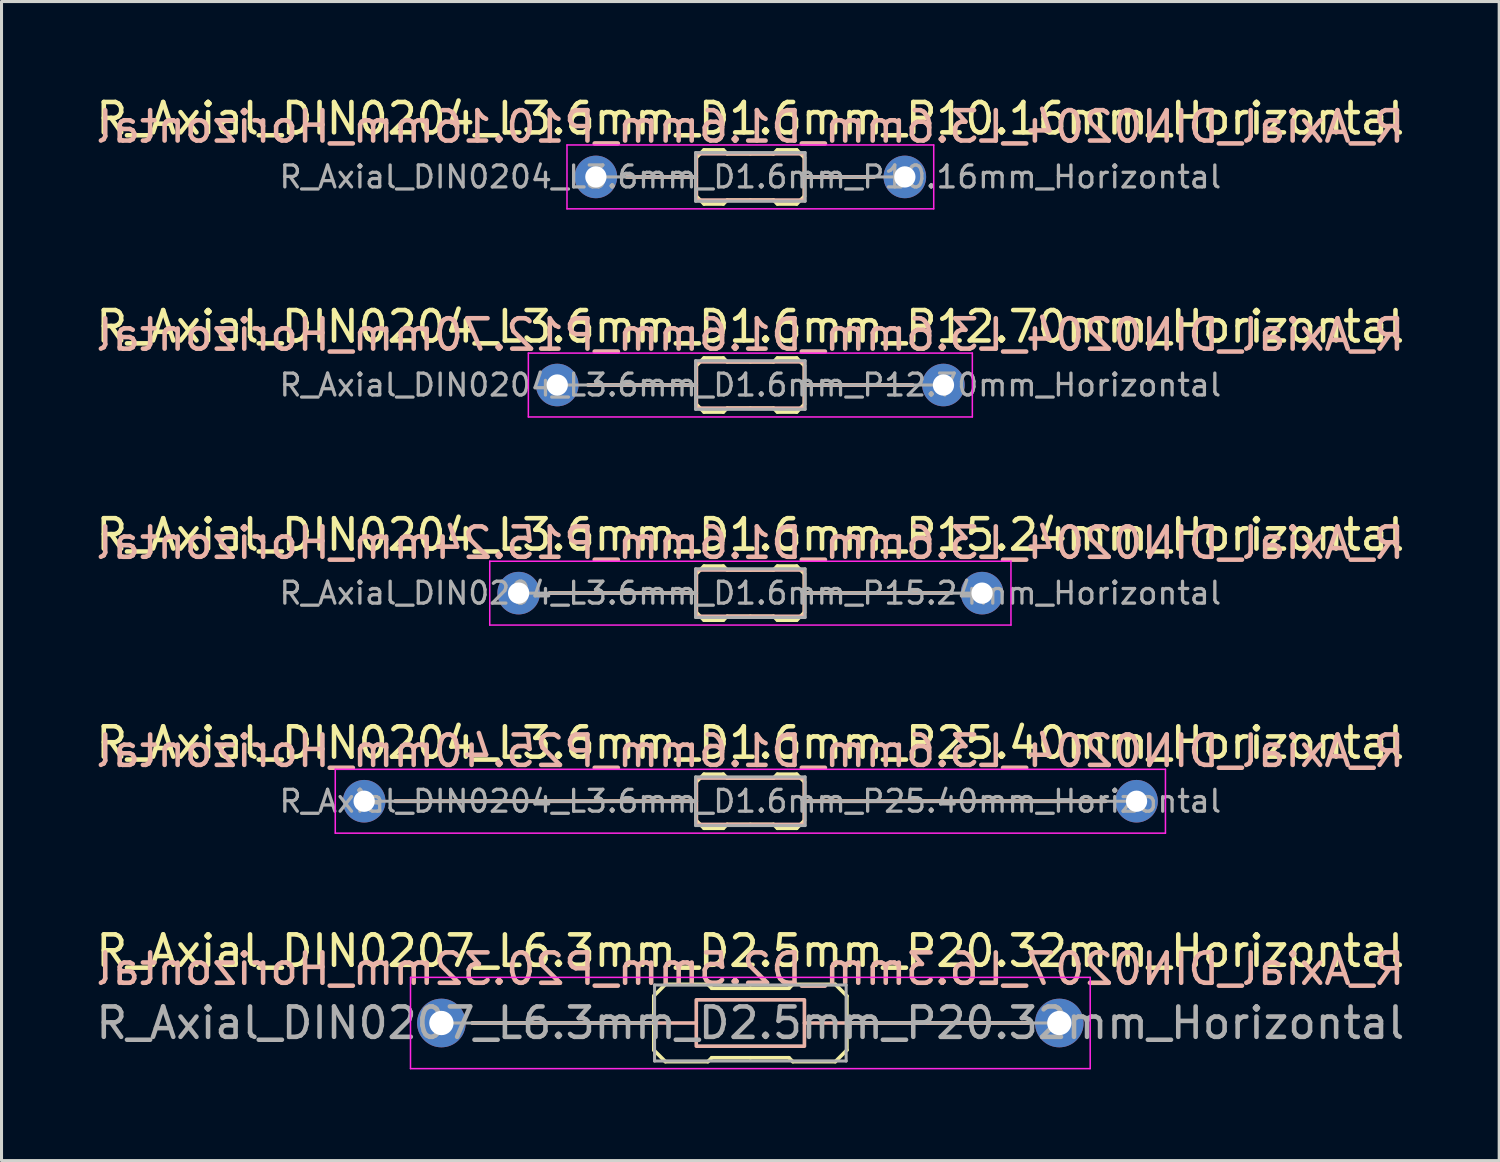
<source format=kicad_pcb>
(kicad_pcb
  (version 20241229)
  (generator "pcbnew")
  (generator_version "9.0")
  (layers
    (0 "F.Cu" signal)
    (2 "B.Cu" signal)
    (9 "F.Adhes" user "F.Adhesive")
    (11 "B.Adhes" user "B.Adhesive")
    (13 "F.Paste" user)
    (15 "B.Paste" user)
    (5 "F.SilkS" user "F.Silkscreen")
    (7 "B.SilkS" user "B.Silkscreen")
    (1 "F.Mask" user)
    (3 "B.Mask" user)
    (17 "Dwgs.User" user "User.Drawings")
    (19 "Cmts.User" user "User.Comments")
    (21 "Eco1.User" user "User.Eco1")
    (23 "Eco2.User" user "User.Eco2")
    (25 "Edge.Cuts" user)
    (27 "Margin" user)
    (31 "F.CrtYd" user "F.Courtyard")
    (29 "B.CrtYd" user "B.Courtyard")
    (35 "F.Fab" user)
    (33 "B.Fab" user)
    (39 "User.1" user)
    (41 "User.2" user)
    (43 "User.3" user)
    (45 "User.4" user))
  (footprint "R_Axial_DIN0204_L3.6mm_D1.6mm_P10.16mm_Horizontal"
    (layer "F.Cu")
    (at 16.545 2.768)
    (property "Reference" "R_Axial_DIN0204_L3.6mm_D1.6mm_P10.16mm_Horizontal" (at 5.08 -1.92 0) (layer "F.SilkS") (effects (font (size 1 1) (thickness 0.15))))
    (fp_line (start 1.016 0) (end 3.16 0) (stroke (width 0.12) (type solid)) (layer "F.SilkS"))
    (fp_line (start 3.16 0) (end 3.302 0) (stroke (width 0.12) (type solid)) (layer "F.SilkS"))
    (fp_line (start 3.302 -0.635) (end 3.556 -0.889) (stroke (width 0.12) (type solid)) (layer "F.SilkS"))
    (fp_line (start 3.302 0.635) (end 3.302 -0.635) (stroke (width 0.12) (type solid)) (layer "F.SilkS"))
    (fp_line (start 3.302 0.635) (end 3.556 0.889) (stroke (width 0.12) (type solid)) (layer "F.SilkS"))
    (fp_line (start 3.556 -0.889) (end 4.191 -0.889) (stroke (width 0.12) (type solid)) (layer "F.SilkS"))
    (fp_line (start 3.556 0.889) (end 4.191 0.889) (stroke (width 0.12) (type solid)) (layer "F.SilkS"))
    (fp_line (start 4.191 -0.889) (end 4.318 -0.762) (stroke (width 0.12) (type solid)) (layer "F.SilkS"))
    (fp_line (start 4.191 0.889) (end 4.318 0.762) (stroke (width 0.12) (type solid)) (layer "F.SilkS"))
    (fp_line (start 4.318 -0.762) (end 5.08 -0.762) (stroke (width 0.12) (type solid)) (layer "F.SilkS"))
    (fp_line (start 4.318 0.762) (end 5.08 0.762) (stroke (width 0.12) (type solid)) (layer "F.SilkS"))
    (fp_line (start 5.842 -0.762) (end 5.08 -0.762) (stroke (width 0.12) (type solid)) (layer "F.SilkS"))
    (fp_line (start 5.842 0.762) (end 5.08 0.762) (stroke (width 0.12) (type solid)) (layer "F.SilkS"))
    (fp_line (start 5.969 -0.889) (end 5.842 -0.762) (stroke (width 0.12) (type solid)) (layer "F.SilkS"))
    (fp_line (start 5.969 0.889) (end 5.842 0.762) (stroke (width 0.12) (type solid)) (layer "F.SilkS"))
    (fp_line (start 6.604 -0.889) (end 5.969 -0.889) (stroke (width 0.12) (type solid)) (layer "F.SilkS"))
    (fp_line (start 6.604 0.889) (end 5.969 0.889) (stroke (width 0.12) (type solid)) (layer "F.SilkS"))
    (fp_line (start 6.858 -0.635) (end 6.604 -0.889) (stroke (width 0.12) (type solid)) (layer "F.SilkS"))
    (fp_line (start 6.858 -0.635) (end 6.858 0.635) (stroke (width 0.12) (type solid)) (layer "F.SilkS"))
    (fp_line (start 6.858 0.635) (end 6.604 0.889) (stroke (width 0.12) (type solid)) (layer "F.SilkS"))
    (fp_line (start 6.985 0) (end 6.858 0) (stroke (width 0.12) (type solid)) (layer "F.SilkS"))
    (fp_line (start 9.144 0) (end 7 0) (stroke (width 0.12) (type solid)) (layer "F.SilkS"))
    (fp_line (start 3.302 0) (end 1.016 0) (stroke (width 0.12) (type solid)) (layer "B.SilkS"))
    (fp_line (start 6.858 0) (end 9.144 0) (stroke (width 0.12) (type solid)) (layer "B.SilkS"))
    (fp_rect (start 3.302 -0.762) (end 6.858 0.762) (stroke (width 0.12) (type solid)) (fill no) (layer "B.SilkS"))
    (fp_line (start -0.95 -1.05) (end -0.95 1.05) (stroke (width 0.05) (type solid)) (layer "F.CrtYd"))
    (fp_line (start -0.95 1.05) (end 11.11 1.05) (stroke (width 0.05) (type solid)) (layer "F.CrtYd"))
    (fp_line (start 11.11 -1.05) (end -0.95 -1.05) (stroke (width 0.05) (type solid)) (layer "F.CrtYd"))
    (fp_line (start 11.11 1.05) (end 11.11 -1.05) (stroke (width 0.05) (type solid)) (layer "F.CrtYd"))
    (fp_line (start 0 0) (end 3.302 0) (stroke (width 0.1) (type solid)) (layer "F.Fab"))
    (fp_line (start 3.28 -0.8) (end 3.28 0.8) (stroke (width 0.1) (type solid)) (layer "F.Fab"))
    (fp_line (start 3.28 0.8) (end 6.88 0.8) (stroke (width 0.1) (type solid)) (layer "F.Fab"))
    (fp_line (start 6.88 -0.8) (end 3.28 -0.8) (stroke (width 0.1) (type solid)) (layer "F.Fab"))
    (fp_line (start 6.88 0.8) (end 6.88 -0.8) (stroke (width 0.1) (type solid)) (layer "F.Fab"))
    (fp_line (start 10.16 0) (end 6.88 0) (stroke (width 0.1) (type solid)) (layer "F.Fab"))
    (fp_text user "${REFERENCE}" (at 5.08 -1.651 0) (layer "B.SilkS") (effects (font (size 1 1) (thickness 0.15)) (justify mirror)))
    (fp_text user "${REFERENCE}" (at 5.08 0 0) (layer "F.Fab") (effects (font (size 0.72 0.72) (thickness 0.108))))
    (pad "1" thru_hole circle (at 0 0) (size 1.4 1.4) (drill 0.7) (layers "*.Cu" "*.Mask"))
    (pad "2" thru_hole oval (at 10.16 0) (size 1.4 1.4) (drill 0.7) (layers "*.Cu" "*.Mask")))
  (footprint "R_Axial_DIN0204_L3.6mm_D1.6mm_P25.40mm_Horizontal"
    (layer "F.Cu")
    (at 8.925 23.298)
    (property "Reference" "R_Axial_DIN0204_L3.6mm_D1.6mm_P25.40mm_Horizontal" (at 12.7 -1.92 0) (layer "F.SilkS") (effects (font (size 1 1) (thickness 0.15))))
    (fp_line (start 1.016 0) (end 10.78 0) (stroke (width 0.12) (type solid)) (layer "F.SilkS"))
    (fp_line (start 10.78 0) (end 10.922 0) (stroke (width 0.12) (type solid)) (layer "F.SilkS"))
    (fp_line (start 10.922 -0.635) (end 11.176 -0.889) (stroke (width 0.12) (type solid)) (layer "F.SilkS"))
    (fp_line (start 10.922 0.635) (end 10.922 -0.635) (stroke (width 0.12) (type solid)) (layer "F.SilkS"))
    (fp_line (start 10.922 0.635) (end 11.176 0.889) (stroke (width 0.12) (type solid)) (layer "F.SilkS"))
    (fp_line (start 11.176 -0.889) (end 11.811 -0.889) (stroke (width 0.12) (type solid)) (layer "F.SilkS"))
    (fp_line (start 11.176 0.889) (end 11.811 0.889) (stroke (width 0.12) (type solid)) (layer "F.SilkS"))
    (fp_line (start 11.811 -0.889) (end 11.938 -0.762) (stroke (width 0.12) (type solid)) (layer "F.SilkS"))
    (fp_line (start 11.811 0.889) (end 11.938 0.762) (stroke (width 0.12) (type solid)) (layer "F.SilkS"))
    (fp_line (start 11.938 -0.762) (end 12.7 -0.762) (stroke (width 0.12) (type solid)) (layer "F.SilkS"))
    (fp_line (start 11.938 0.762) (end 12.7 0.762) (stroke (width 0.12) (type solid)) (layer "F.SilkS"))
    (fp_line (start 13.462 -0.762) (end 12.7 -0.762) (stroke (width 0.12) (type solid)) (layer "F.SilkS"))
    (fp_line (start 13.462 0.762) (end 12.7 0.762) (stroke (width 0.12) (type solid)) (layer "F.SilkS"))
    (fp_line (start 13.589 -0.889) (end 13.462 -0.762) (stroke (width 0.12) (type solid)) (layer "F.SilkS"))
    (fp_line (start 13.589 0.889) (end 13.462 0.762) (stroke (width 0.12) (type solid)) (layer "F.SilkS"))
    (fp_line (start 14.224 -0.889) (end 13.589 -0.889) (stroke (width 0.12) (type solid)) (layer "F.SilkS"))
    (fp_line (start 14.224 0.889) (end 13.589 0.889) (stroke (width 0.12) (type solid)) (layer "F.SilkS"))
    (fp_line (start 14.478 -0.635) (end 14.224 -0.889) (stroke (width 0.12) (type solid)) (layer "F.SilkS"))
    (fp_line (start 14.478 -0.635) (end 14.478 0.635) (stroke (width 0.12) (type solid)) (layer "F.SilkS"))
    (fp_line (start 14.478 0.635) (end 14.224 0.889) (stroke (width 0.12) (type solid)) (layer "F.SilkS"))
    (fp_line (start 14.605 0) (end 14.478 0) (stroke (width 0.12) (type solid)) (layer "F.SilkS"))
    (fp_line (start 24.384 0) (end 14.62 0) (stroke (width 0.12) (type solid)) (layer "F.SilkS"))
    (fp_line (start 10.922 0) (end 1.016 0) (stroke (width 0.12) (type solid)) (layer "B.SilkS"))
    (fp_line (start 14.478 0) (end 24.384 0) (stroke (width 0.12) (type solid)) (layer "B.SilkS"))
    (fp_rect (start 10.922 -0.762) (end 14.478 0.762) (stroke (width 0.12) (type solid)) (fill no) (layer "B.SilkS"))
    (fp_line (start -0.95 -1.05) (end -0.95 1.05) (stroke (width 0.05) (type solid)) (layer "F.CrtYd"))
    (fp_line (start -0.95 1.05) (end 26.35 1.05) (stroke (width 0.05) (type solid)) (layer "F.CrtYd"))
    (fp_line (start 26.35 -1.05) (end -0.95 -1.05) (stroke (width 0.05) (type solid)) (layer "F.CrtYd"))
    (fp_line (start 26.35 1.05) (end 26.35 -1.05) (stroke (width 0.05) (type solid)) (layer "F.CrtYd"))
    (fp_line (start 0 0) (end 10.922 0) (stroke (width 0.1) (type solid)) (layer "F.Fab"))
    (fp_line (start 10.9 -0.8) (end 10.9 0.8) (stroke (width 0.1) (type solid)) (layer "F.Fab"))
    (fp_line (start 10.9 0.8) (end 14.5 0.8) (stroke (width 0.1) (type solid)) (layer "F.Fab"))
    (fp_line (start 14.5 -0.8) (end 10.9 -0.8) (stroke (width 0.1) (type solid)) (layer "F.Fab"))
    (fp_line (start 14.5 0.8) (end 14.5 -0.8) (stroke (width 0.1) (type solid)) (layer "F.Fab"))
    (fp_line (start 25.4 0) (end 14.5 0) (stroke (width 0.1) (type solid)) (layer "F.Fab"))
    (fp_text user "${REFERENCE}" (at 12.7 -1.651 0) (layer "B.SilkS") (effects (font (size 1 1) (thickness 0.15)) (justify mirror)))
    (fp_text user "${REFERENCE}" (at 12.7 0 0) (layer "F.Fab") (effects (font (size 0.72 0.72) (thickness 0.108))))
    (pad "1" thru_hole circle (at 0 0) (size 1.4 1.4) (drill 0.7) (layers "*.Cu" "*.Mask"))
    (pad "2" thru_hole oval (at 25.4 0) (size 1.4 1.4) (drill 0.7) (layers "*.Cu" "*.Mask")))
  (footprint "R_Axial_DIN0204_L3.6mm_D1.6mm_P15.24mm_Horizontal"
    (layer "F.Cu")
    (at 14.005 16.455)
    (property "Reference" "R_Axial_DIN0204_L3.6mm_D1.6mm_P15.24mm_Horizontal" (at 7.62 -1.92 0) (layer "F.SilkS") (effects (font (size 1 1) (thickness 0.15))))
    (fp_line (start 1.016 0) (end 5.7 0) (stroke (width 0.12) (type solid)) (layer "F.SilkS"))
    (fp_line (start 5.7 0) (end 5.842 0) (stroke (width 0.12) (type solid)) (layer "F.SilkS"))
    (fp_line (start 5.842 -0.635) (end 6.096 -0.889) (stroke (width 0.12) (type solid)) (layer "F.SilkS"))
    (fp_line (start 5.842 0.635) (end 5.842 -0.635) (stroke (width 0.12) (type solid)) (layer "F.SilkS"))
    (fp_line (start 5.842 0.635) (end 6.096 0.889) (stroke (width 0.12) (type solid)) (layer "F.SilkS"))
    (fp_line (start 6.096 -0.889) (end 6.731 -0.889) (stroke (width 0.12) (type solid)) (layer "F.SilkS"))
    (fp_line (start 6.096 0.889) (end 6.731 0.889) (stroke (width 0.12) (type solid)) (layer "F.SilkS"))
    (fp_line (start 6.731 -0.889) (end 6.858 -0.762) (stroke (width 0.12) (type solid)) (layer "F.SilkS"))
    (fp_line (start 6.731 0.889) (end 6.858 0.762) (stroke (width 0.12) (type solid)) (layer "F.SilkS"))
    (fp_line (start 6.858 -0.762) (end 7.62 -0.762) (stroke (width 0.12) (type solid)) (layer "F.SilkS"))
    (fp_line (start 6.858 0.762) (end 7.62 0.762) (stroke (width 0.12) (type solid)) (layer "F.SilkS"))
    (fp_line (start 8.382 -0.762) (end 7.62 -0.762) (stroke (width 0.12) (type solid)) (layer "F.SilkS"))
    (fp_line (start 8.382 0.762) (end 7.62 0.762) (stroke (width 0.12) (type solid)) (layer "F.SilkS"))
    (fp_line (start 8.509 -0.889) (end 8.382 -0.762) (stroke (width 0.12) (type solid)) (layer "F.SilkS"))
    (fp_line (start 8.509 0.889) (end 8.382 0.762) (stroke (width 0.12) (type solid)) (layer "F.SilkS"))
    (fp_line (start 9.144 -0.889) (end 8.509 -0.889) (stroke (width 0.12) (type solid)) (layer "F.SilkS"))
    (fp_line (start 9.144 0.889) (end 8.509 0.889) (stroke (width 0.12) (type solid)) (layer "F.SilkS"))
    (fp_line (start 9.398 -0.635) (end 9.144 -0.889) (stroke (width 0.12) (type solid)) (layer "F.SilkS"))
    (fp_line (start 9.398 -0.635) (end 9.398 0.635) (stroke (width 0.12) (type solid)) (layer "F.SilkS"))
    (fp_line (start 9.398 0.635) (end 9.144 0.889) (stroke (width 0.12) (type solid)) (layer "F.SilkS"))
    (fp_line (start 9.525 0) (end 9.398 0) (stroke (width 0.12) (type solid)) (layer "F.SilkS"))
    (fp_line (start 14.224 0) (end 9.54 0) (stroke (width 0.12) (type solid)) (layer "F.SilkS"))
    (fp_line (start 5.842 0) (end 1.016 0) (stroke (width 0.12) (type solid)) (layer "B.SilkS"))
    (fp_line (start 9.398 0) (end 14.224 0) (stroke (width 0.12) (type solid)) (layer "B.SilkS"))
    (fp_rect (start 5.842 -0.762) (end 9.398 0.762) (stroke (width 0.12) (type solid)) (fill no) (layer "B.SilkS"))
    (fp_line (start -0.95 -1.05) (end -0.95 1.05) (stroke (width 0.05) (type solid)) (layer "F.CrtYd"))
    (fp_line (start -0.95 1.05) (end 16.19 1.05) (stroke (width 0.05) (type solid)) (layer "F.CrtYd"))
    (fp_line (start 16.19 -1.05) (end -0.95 -1.05) (stroke (width 0.05) (type solid)) (layer "F.CrtYd"))
    (fp_line (start 16.19 1.05) (end 16.19 -1.05) (stroke (width 0.05) (type solid)) (layer "F.CrtYd"))
    (fp_line (start 0 0) (end 5.842 0) (stroke (width 0.1) (type solid)) (layer "F.Fab"))
    (fp_line (start 5.82 -0.8) (end 5.82 0.8) (stroke (width 0.1) (type solid)) (layer "F.Fab"))
    (fp_line (start 5.82 0.8) (end 9.42 0.8) (stroke (width 0.1) (type solid)) (layer "F.Fab"))
    (fp_line (start 9.42 -0.8) (end 5.82 -0.8) (stroke (width 0.1) (type solid)) (layer "F.Fab"))
    (fp_line (start 9.42 0.8) (end 9.42 -0.8) (stroke (width 0.1) (type solid)) (layer "F.Fab"))
    (fp_line (start 15.24 0) (end 9.42 0) (stroke (width 0.1) (type solid)) (layer "F.Fab"))
    (fp_text user "${REFERENCE}" (at 7.62 -1.651 0) (layer "B.SilkS") (effects (font (size 1 1) (thickness 0.15)) (justify mirror)))
    (fp_text user "${REFERENCE}" (at 7.62 0 0) (layer "F.Fab") (effects (font (size 0.72 0.72) (thickness 0.108))))
    (pad "1" thru_hole circle (at 0 0) (size 1.4 1.4) (drill 0.7) (layers "*.Cu" "*.Mask"))
    (pad "2" thru_hole oval (at 15.24 0) (size 1.4 1.4) (drill 0.7) (layers "*.Cu" "*.Mask")))
  (footprint "R_Axial_DIN0204_L3.6mm_D1.6mm_P12.70mm_Horizontal"
    (layer "F.Cu")
    (at 15.275 9.611)
    (property "Reference" "R_Axial_DIN0204_L3.6mm_D1.6mm_P12.70mm_Horizontal" (at 6.35 -1.92 0) (layer "F.SilkS") (effects (font (size 1 1) (thickness 0.15))))
    (fp_line (start 1.016 0) (end 4.43 0) (stroke (width 0.12) (type solid)) (layer "F.SilkS"))
    (fp_line (start 4.43 0) (end 4.572 0) (stroke (width 0.12) (type solid)) (layer "F.SilkS"))
    (fp_line (start 4.572 -0.635) (end 4.826 -0.889) (stroke (width 0.12) (type solid)) (layer "F.SilkS"))
    (fp_line (start 4.572 0.635) (end 4.572 -0.635) (stroke (width 0.12) (type solid)) (layer "F.SilkS"))
    (fp_line (start 4.572 0.635) (end 4.826 0.889) (stroke (width 0.12) (type solid)) (layer "F.SilkS"))
    (fp_line (start 4.826 -0.889) (end 5.461 -0.889) (stroke (width 0.12) (type solid)) (layer "F.SilkS"))
    (fp_line (start 4.826 0.889) (end 5.461 0.889) (stroke (width 0.12) (type solid)) (layer "F.SilkS"))
    (fp_line (start 5.461 -0.889) (end 5.588 -0.762) (stroke (width 0.12) (type solid)) (layer "F.SilkS"))
    (fp_line (start 5.461 0.889) (end 5.588 0.762) (stroke (width 0.12) (type solid)) (layer "F.SilkS"))
    (fp_line (start 5.588 -0.762) (end 6.35 -0.762) (stroke (width 0.12) (type solid)) (layer "F.SilkS"))
    (fp_line (start 5.588 0.762) (end 6.35 0.762) (stroke (width 0.12) (type solid)) (layer "F.SilkS"))
    (fp_line (start 7.112 -0.762) (end 6.35 -0.762) (stroke (width 0.12) (type solid)) (layer "F.SilkS"))
    (fp_line (start 7.112 0.762) (end 6.35 0.762) (stroke (width 0.12) (type solid)) (layer "F.SilkS"))
    (fp_line (start 7.239 -0.889) (end 7.112 -0.762) (stroke (width 0.12) (type solid)) (layer "F.SilkS"))
    (fp_line (start 7.239 0.889) (end 7.112 0.762) (stroke (width 0.12) (type solid)) (layer "F.SilkS"))
    (fp_line (start 7.874 -0.889) (end 7.239 -0.889) (stroke (width 0.12) (type solid)) (layer "F.SilkS"))
    (fp_line (start 7.874 0.889) (end 7.239 0.889) (stroke (width 0.12) (type solid)) (layer "F.SilkS"))
    (fp_line (start 8.128 -0.635) (end 7.874 -0.889) (stroke (width 0.12) (type solid)) (layer "F.SilkS"))
    (fp_line (start 8.128 -0.635) (end 8.128 0.635) (stroke (width 0.12) (type solid)) (layer "F.SilkS"))
    (fp_line (start 8.128 0.635) (end 7.874 0.889) (stroke (width 0.12) (type solid)) (layer "F.SilkS"))
    (fp_line (start 8.255 0) (end 8.128 0) (stroke (width 0.12) (type solid)) (layer "F.SilkS"))
    (fp_line (start 11.684 0) (end 8.27 0) (stroke (width 0.12) (type solid)) (layer "F.SilkS"))
    (fp_line (start 4.572 0) (end 1.016 0) (stroke (width 0.12) (type solid)) (layer "B.SilkS"))
    (fp_line (start 8.128 0) (end 11.684 0) (stroke (width 0.12) (type solid)) (layer "B.SilkS"))
    (fp_rect (start 4.572 -0.762) (end 8.128 0.762) (stroke (width 0.12) (type solid)) (fill no) (layer "B.SilkS"))
    (fp_line (start -0.95 -1.05) (end -0.95 1.05) (stroke (width 0.05) (type solid)) (layer "F.CrtYd"))
    (fp_line (start -0.95 1.05) (end 13.65 1.05) (stroke (width 0.05) (type solid)) (layer "F.CrtYd"))
    (fp_line (start 13.65 -1.05) (end -0.95 -1.05) (stroke (width 0.05) (type solid)) (layer "F.CrtYd"))
    (fp_line (start 13.65 1.05) (end 13.65 -1.05) (stroke (width 0.05) (type solid)) (layer "F.CrtYd"))
    (fp_line (start 0 0) (end 4.572 0) (stroke (width 0.1) (type solid)) (layer "F.Fab"))
    (fp_line (start 4.55 -0.8) (end 4.55 0.8) (stroke (width 0.1) (type solid)) (layer "F.Fab"))
    (fp_line (start 4.55 0.8) (end 8.15 0.8) (stroke (width 0.1) (type solid)) (layer "F.Fab"))
    (fp_line (start 8.15 -0.8) (end 4.55 -0.8) (stroke (width 0.1) (type solid)) (layer "F.Fab"))
    (fp_line (start 8.15 0.8) (end 8.15 -0.8) (stroke (width 0.1) (type solid)) (layer "F.Fab"))
    (fp_line (start 12.7 0) (end 8.15 0) (stroke (width 0.1) (type solid)) (layer "F.Fab"))
    (fp_text user "${REFERENCE}" (at 6.35 -1.651 0) (layer "B.SilkS") (effects (font (size 1 1) (thickness 0.15)) (justify mirror)))
    (fp_text user "${REFERENCE}" (at 6.35 0 0) (layer "F.Fab") (effects (font (size 0.72 0.72) (thickness 0.108))))
    (pad "1" thru_hole circle (at 0 0) (size 1.4 1.4) (drill 0.7) (layers "*.Cu" "*.Mask"))
    (pad "2" thru_hole oval (at 12.7 0) (size 1.4 1.4) (drill 0.7) (layers "*.Cu" "*.Mask")))
  (footprint "R_Axial_DIN0207_L6.3mm_D2.5mm_P20.32mm_Horizontal"
    (layer "F.Cu")
    (at 14.005 30.591)
    (property "Reference" "R_Axial_DIN0207_L6.3mm_D2.5mm_P20.32mm_Horizontal" (at 7.62 -2.37 0) (layer "F.SilkS") (effects (font (size 1 1) (thickness 0.15))))
    (fp_line (start 4.445 -0.889) (end 4.445 0.889) (stroke (width 0.12) (type solid)) (layer "F.SilkS"))
    (fp_line (start 4.445 -0.889) (end 4.826 -1.27) (stroke (width 0.12) (type solid)) (layer "F.SilkS"))
    (fp_line (start 4.445 0) (end -1.524 0) (stroke (width 0.12) (type solid)) (layer "F.SilkS"))
    (fp_line (start 4.445 0.889) (end 4.826 1.27) (stroke (width 0.12) (type solid)) (layer "F.SilkS"))
    (fp_line (start 4.826 -1.27) (end 6.223 -1.27) (stroke (width 0.12) (type solid)) (layer "F.SilkS"))
    (fp_line (start 4.826 1.27) (end 6.223 1.27) (stroke (width 0.12) (type solid)) (layer "F.SilkS"))
    (fp_line (start 6.223 -1.27) (end 6.35 -1.143) (stroke (width 0.12) (type solid)) (layer "F.SilkS"))
    (fp_line (start 6.223 1.27) (end 6.35 1.143) (stroke (width 0.12) (type solid)) (layer "F.SilkS"))
    (fp_line (start 6.35 -1.143) (end 7.62 -1.143) (stroke (width 0.12) (type solid)) (layer "F.SilkS"))
    (fp_line (start 6.35 1.143) (end 7.62 1.143) (stroke (width 0.12) (type solid)) (layer "F.SilkS"))
    (fp_line (start 8.89 -1.143) (end 7.62 -1.143) (stroke (width 0.12) (type solid)) (layer "F.SilkS"))
    (fp_line (start 8.89 1.143) (end 7.62 1.143) (stroke (width 0.12) (type solid)) (layer "F.SilkS"))
    (fp_line (start 9.017 -1.27) (end 8.89 -1.143) (stroke (width 0.12) (type solid)) (layer "F.SilkS"))
    (fp_line (start 9.017 1.27) (end 8.89 1.143) (stroke (width 0.12) (type solid)) (layer "F.SilkS"))
    (fp_line (start 10.414 -1.27) (end 9.017 -1.27) (stroke (width 0.12) (type solid)) (layer "F.SilkS"))
    (fp_line (start 10.414 1.27) (end 9.017 1.27) (stroke (width 0.12) (type solid)) (layer "F.SilkS"))
    (fp_line (start 10.795 -0.889) (end 10.414 -1.27) (stroke (width 0.12) (type solid)) (layer "F.SilkS"))
    (fp_line (start 10.795 -0.889) (end 10.795 0.889) (stroke (width 0.12) (type solid)) (layer "F.SilkS"))
    (fp_line (start 10.795 0) (end 16.764 0) (stroke (width 0.12) (type solid)) (layer "F.SilkS"))
    (fp_line (start 10.795 0.889) (end 10.414 1.27) (stroke (width 0.12) (type solid)) (layer "F.SilkS"))
    (fp_line (start 5.842 0) (end -1.524 0) (stroke (width 0.12) (type solid)) (layer "B.SilkS"))
    (fp_line (start 9.398 0) (end 16.764 0) (stroke (width 0.12) (type solid)) (layer "B.SilkS"))
    (fp_rect (start 5.842 -0.762) (end 9.398 0.762) (stroke (width 0.12) (type solid)) (fill no) (layer "B.SilkS"))
    (fp_line (start -3.556 -1.5) (end -3.556 1.5) (stroke (width 0.05) (type solid)) (layer "F.CrtYd"))
    (fp_line (start -3.556 1.5) (end 18.796 1.5) (stroke (width 0.05) (type solid)) (layer "F.CrtYd"))
    (fp_line (start 18.796 -1.5) (end -3.556 -1.5) (stroke (width 0.05) (type solid)) (layer "F.CrtYd"))
    (fp_line (start 18.796 1.5) (end 18.796 -1.5) (stroke (width 0.05) (type solid)) (layer "F.CrtYd"))
    (fp_line (start -2.54 0) (end 4.47 0) (stroke (width 0.1) (type solid)) (layer "F.Fab"))
    (fp_line (start 4.47 -1.25) (end 4.47 1.25) (stroke (width 0.1) (type solid)) (layer "F.Fab"))
    (fp_line (start 4.47 1.25) (end 10.77 1.25) (stroke (width 0.1) (type solid)) (layer "F.Fab"))
    (fp_line (start 10.77 -1.25) (end 4.47 -1.25) (stroke (width 0.1) (type solid)) (layer "F.Fab"))
    (fp_line (start 10.77 1.25) (end 10.77 -1.25) (stroke (width 0.1) (type solid)) (layer "F.Fab"))
    (fp_line (start 17.78 0) (end 10.77 0) (stroke (width 0.1) (type solid)) (layer "F.Fab"))
    (fp_text user "${REFERENCE}" (at 7.62 -1.778 0) (layer "B.SilkS") (effects (font (size 1 1) (thickness 0.15)) (justify mirror)))
    (fp_text user "${REFERENCE}" (at 7.62 0 0) (layer "F.Fab") (effects (font (size 1 1) (thickness 0.15))))
    (pad "1" thru_hole circle (at -2.54 0) (size 1.6 1.6) (drill 0.8) (layers "*.Cu" "*.Mask"))
    (pad "2" thru_hole oval (at 17.78 0) (size 1.6 1.6) (drill 0.8) (layers "*.Cu" "*.Mask")))
  (gr_rect
    (start -3 -3)
    (end 46.25 35.116)
    (stroke (width 0.1) (type default))
    (fill no)
    (layer "Edge.Cuts")))
</source>
